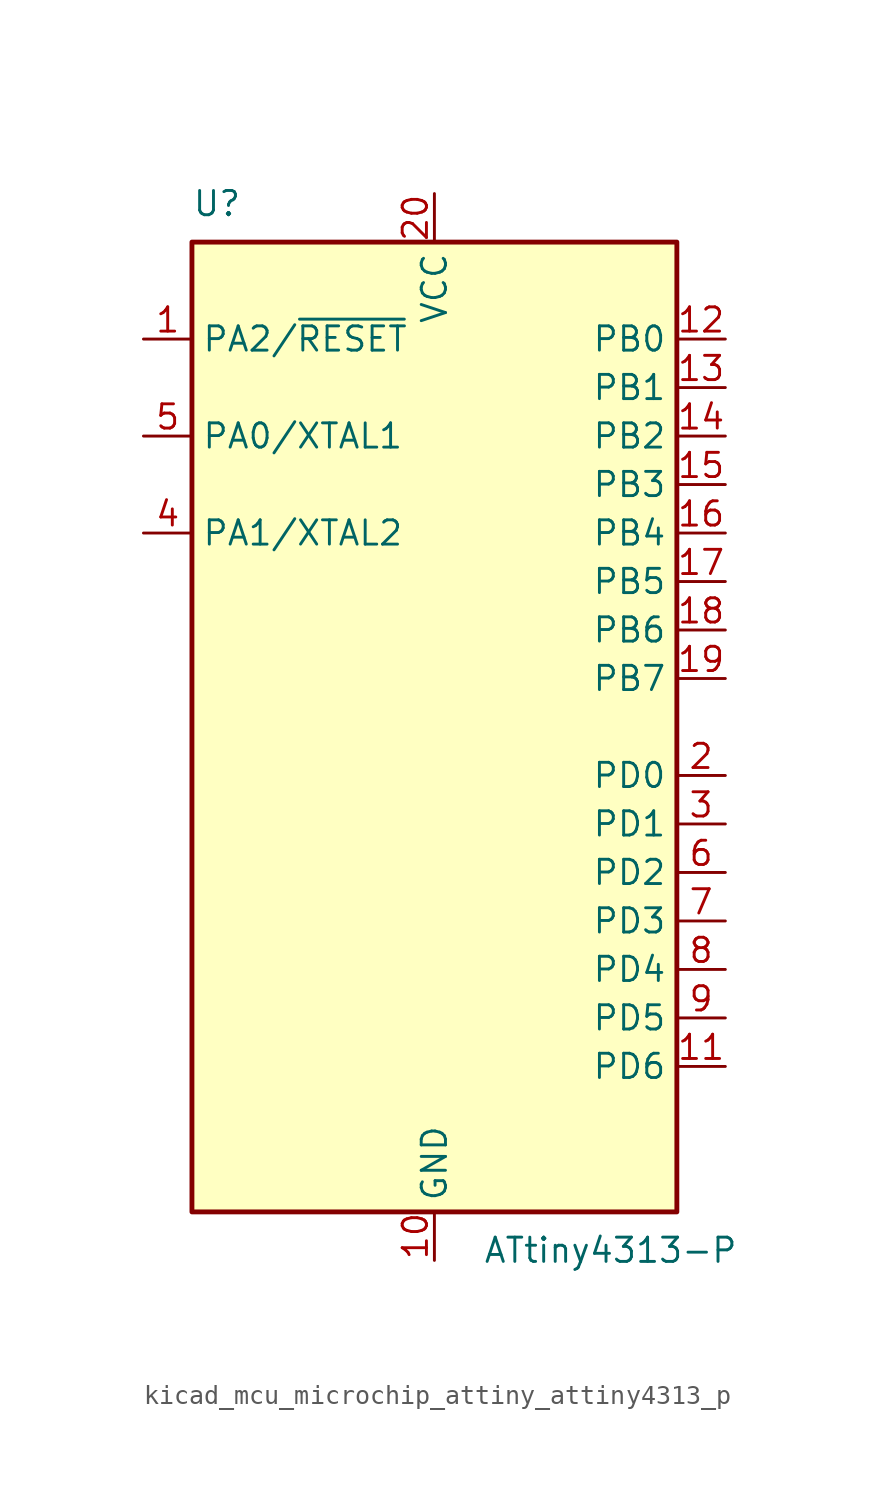
<source format=kicad_sym>
(kicad_symbol_lib
  (version 20220914)
  (generator kicad_symbol_editor)
  (symbol "kicad_mcu_microchip_attiny_attiny4313_p"
    (property "Reference" "U"
      (at -12.7 26.67 0)
      (effects (font (size 1.27 1.27)) (justify left bottom)))
    (property "Value" "ATtiny4313-P"
      (at 2.54 -26.67 0)
      (effects (font (size 1.27 1.27)) (justify left top)))
    (symbol "kicad_mcu_microchip_attiny_attiny4313_p_0_1"
      (rectangle (start -12.7 -25.4) (end 12.7 25.4) (stroke (width 0.254) (type default)) (fill (type background))))
    (symbol "kicad_mcu_microchip_attiny_attiny4313_p_1_1"
      (pin bidirectional line (at -15.24 20.32 0) (length 2.54) (name "PA2/~{RESET}" (effects (font (size 1.27 1.27)))) (number "1" (effects (font (size 1.27 1.27)))))
      (pin power_in line (at 0 -27.94 90) (length 2.54) (name "GND" (effects (font (size 1.27 1.27)))) (number "10" (effects (font (size 1.27 1.27)))))
      (pin bidirectional line (at 15.24 -17.78 180) (length 2.54) (name "PD6" (effects (font (size 1.27 1.27)))) (number "11" (effects (font (size 1.27 1.27)))))
      (pin bidirectional line (at 15.24 20.32 180) (length 2.54) (name "PB0" (effects (font (size 1.27 1.27)))) (number "12" (effects (font (size 1.27 1.27)))))
      (pin bidirectional line (at 15.24 17.78 180) (length 2.54) (name "PB1" (effects (font (size 1.27 1.27)))) (number "13" (effects (font (size 1.27 1.27)))))
      (pin bidirectional line (at 15.24 15.24 180) (length 2.54) (name "PB2" (effects (font (size 1.27 1.27)))) (number "14" (effects (font (size 1.27 1.27)))))
      (pin bidirectional line (at 15.24 12.7 180) (length 2.54) (name "PB3" (effects (font (size 1.27 1.27)))) (number "15" (effects (font (size 1.27 1.27)))))
      (pin bidirectional line (at 15.24 10.16 180) (length 2.54) (name "PB4" (effects (font (size 1.27 1.27)))) (number "16" (effects (font (size 1.27 1.27)))))
      (pin bidirectional line (at 15.24 7.62 180) (length 2.54) (name "PB5" (effects (font (size 1.27 1.27)))) (number "17" (effects (font (size 1.27 1.27)))))
      (pin bidirectional line (at 15.24 5.08 180) (length 2.54) (name "PB6" (effects (font (size 1.27 1.27)))) (number "18" (effects (font (size 1.27 1.27)))))
      (pin bidirectional line (at 15.24 2.54 180) (length 2.54) (name "PB7" (effects (font (size 1.27 1.27)))) (number "19" (effects (font (size 1.27 1.27)))))
      (pin bidirectional line (at 15.24 -2.54 180) (length 2.54) (name "PD0" (effects (font (size 1.27 1.27)))) (number "2" (effects (font (size 1.27 1.27)))))
      (pin power_in line (at 0 27.94 270) (length 2.54) (name "VCC" (effects (font (size 1.27 1.27)))) (number "20" (effects (font (size 1.27 1.27)))))
      (pin bidirectional line (at 15.24 -5.08 180) (length 2.54) (name "PD1" (effects (font (size 1.27 1.27)))) (number "3" (effects (font (size 1.27 1.27)))))
      (pin bidirectional line (at -15.24 10.16 0) (length 2.54) (name "PA1/XTAL2" (effects (font (size 1.27 1.27)))) (number "4" (effects (font (size 1.27 1.27)))))
      (pin bidirectional line (at -15.24 15.24 0) (length 2.54) (name "PA0/XTAL1" (effects (font (size 1.27 1.27)))) (number "5" (effects (font (size 1.27 1.27)))))
      (pin bidirectional line (at 15.24 -7.62 180) (length 2.54) (name "PD2" (effects (font (size 1.27 1.27)))) (number "6" (effects (font (size 1.27 1.27)))))
      (pin bidirectional line (at 15.24 -10.16 180) (length 2.54) (name "PD3" (effects (font (size 1.27 1.27)))) (number "7" (effects (font (size 1.27 1.27)))))
      (pin bidirectional line (at 15.24 -12.7 180) (length 2.54) (name "PD4" (effects (font (size 1.27 1.27)))) (number "8" (effects (font (size 1.27 1.27)))))
      (pin bidirectional line (at 15.24 -15.24 180) (length 2.54) (name "PD5" (effects (font (size 1.27 1.27)))) (number "9" (effects (font (size 1.27 1.27))))))))
</source>
